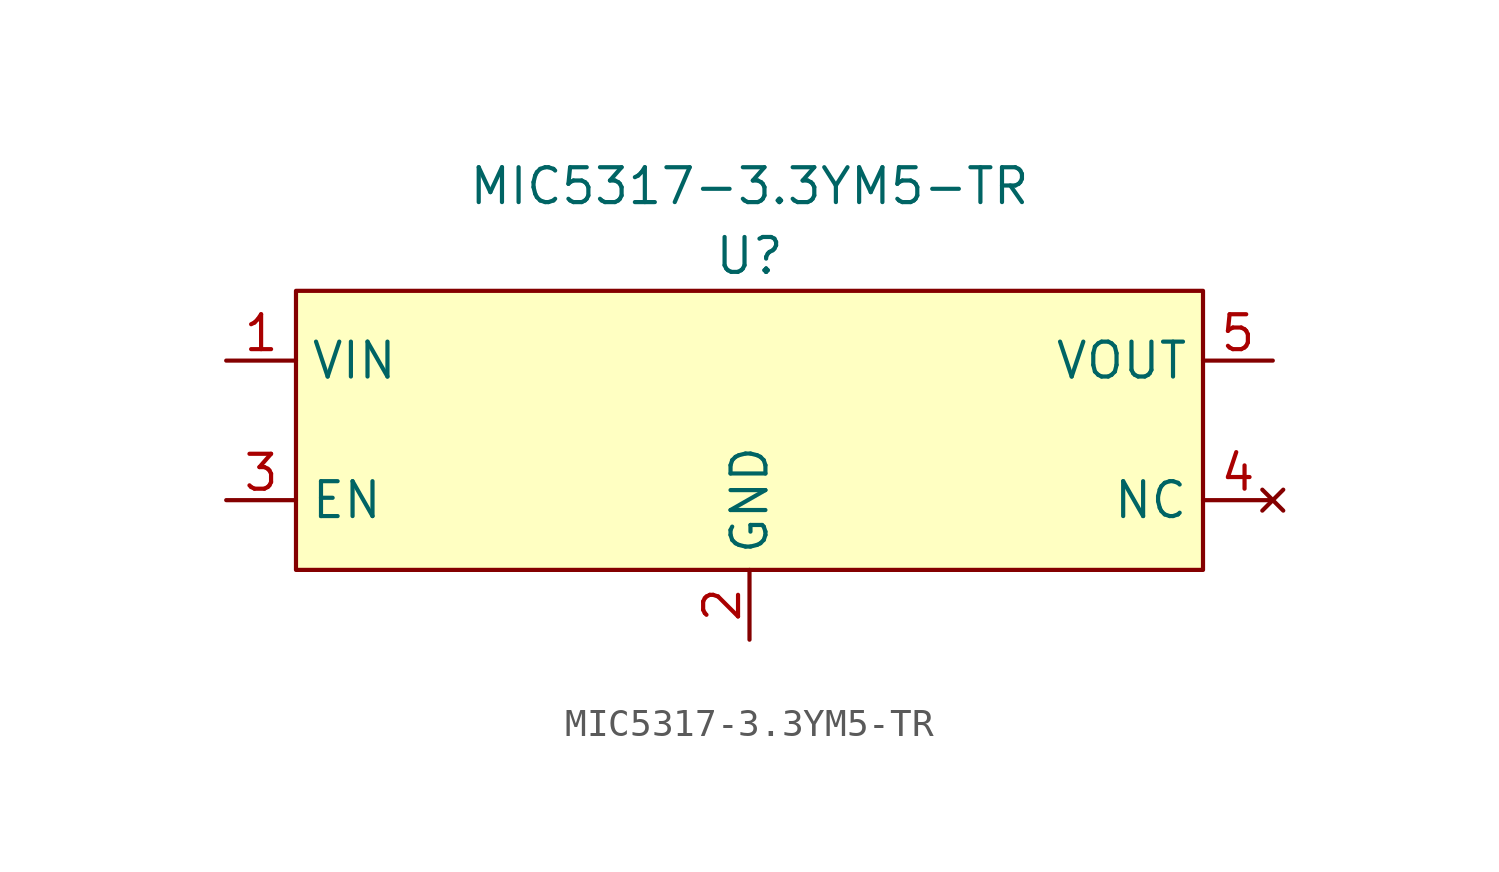
<source format=kicad_sym>
(kicad_symbol_lib
  (version 20211014)
  (generator kicad_symbol_editor)
  (symbol "MIC5317-3.3YM5-TR"
    (property "Reference" "U"
      (at 0 11.43 0)
      (effects (font (size 1.27 1.27))))
    (property "Value" "MIC5317-3.3YM5-TR"
      (at 0 13.97 0)
      (effects (font (size 1.27 1.27))))
    (symbol "MIC5317-3.3YM5-TR_0_1"
      (polyline (pts (xy 16.51 7.62) (xy 16.51 10.16) (xy -16.51 10.16) (xy -16.51 0) (xy 16.51 0) (xy 16.51 7.62)) (stroke (width 0) (type default) (color 0 0 0 0)) (fill (type background))))
    (symbol "MIC5317-3.3YM5-TR_1_1"
      (pin power_in line (at -19.05 7.62 0) (length 2.54) (name "VIN" (effects (font (size 1.27 1.27)))) (number "1" (effects (font (size 1.27 1.27)))))
      (pin power_in line (at 0 -2.54 90) (length 2.54) (name "GND" (effects (font (size 1.27 1.27)))) (number "2" (effects (font (size 1.27 1.27)))))
      (pin bidirectional line (at -19.05 2.54 0) (length 2.54) (name "EN" (effects (font (size 1.27 1.27)))) (number "3" (effects (font (size 1.27 1.27)))))
      (pin no_connect line (at 19.05 2.54 180) (length 2.54) (name "NC" (effects (font (size 1.27 1.27)))) (number "4" (effects (font (size 1.27 1.27)))))
      (pin power_out line (at 19.05 7.62 180) (length 2.54) (name "VOUT" (effects (font (size 1.27 1.27)))) (number "5" (effects (font (size 1.27 1.27))))))))
</source>
